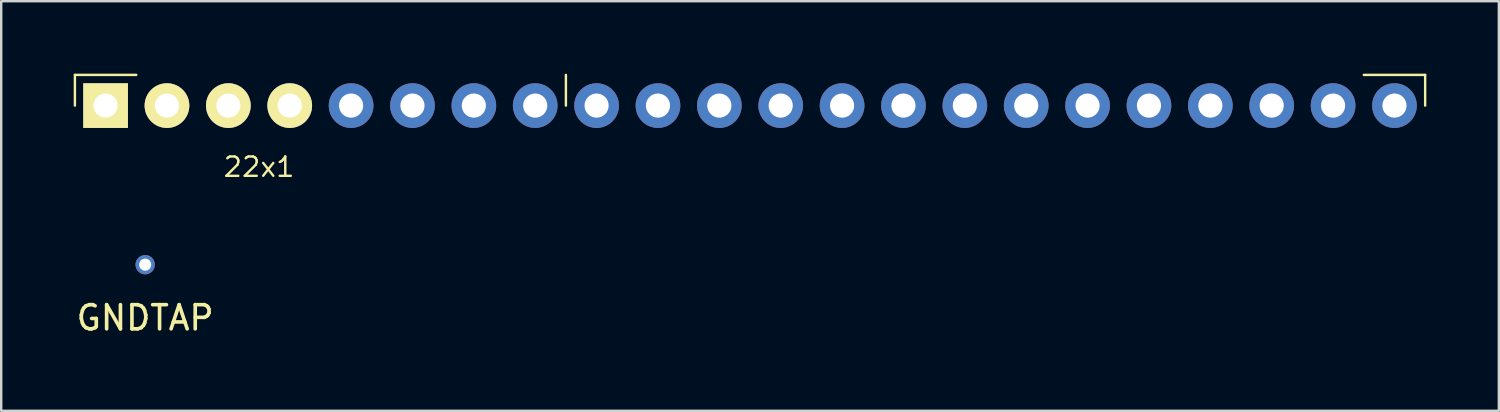
<source format=kicad_pcb>
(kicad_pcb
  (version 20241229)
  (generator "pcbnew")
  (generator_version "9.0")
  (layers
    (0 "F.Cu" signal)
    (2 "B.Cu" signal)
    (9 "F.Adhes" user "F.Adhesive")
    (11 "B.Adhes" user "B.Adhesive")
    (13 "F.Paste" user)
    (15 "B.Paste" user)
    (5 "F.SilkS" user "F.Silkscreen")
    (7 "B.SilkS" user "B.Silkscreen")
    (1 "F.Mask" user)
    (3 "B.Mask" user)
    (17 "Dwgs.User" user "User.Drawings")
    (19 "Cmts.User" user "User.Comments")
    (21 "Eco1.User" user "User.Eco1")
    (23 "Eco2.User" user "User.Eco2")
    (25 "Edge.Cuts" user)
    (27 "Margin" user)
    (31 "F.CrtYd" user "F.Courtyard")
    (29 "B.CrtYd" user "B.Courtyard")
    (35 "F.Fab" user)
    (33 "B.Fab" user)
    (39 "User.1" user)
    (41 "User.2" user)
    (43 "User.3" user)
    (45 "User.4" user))
  (footprint "22x1"
    (layer "F.Cu")
    (at 1.32 1.32)
    (property "Reference" "22x1" (at 6.35 2.54 0) (layer "F.SilkS") (effects (font (size 0.8 0.8) (thickness 0.1))))
    (attr through_hole)
    (fp_line (start -1.27 -1.27) (end 1.27 -1.27) (stroke (width 0.1) (type solid)) (layer "F.SilkS"))
    (fp_line (start -1.27 0) (end -1.27 -1.27) (stroke (width 0.1) (type solid)) (layer "F.SilkS"))
    (fp_line (start 19.05 0) (end 19.05 -1.27) (stroke (width 0.1) (type solid)) (layer "F.SilkS"))
    (fp_line (start 54.61 -1.27) (end 52.07 -1.27) (stroke (width 0.1) (type solid)) (layer "F.SilkS"))
    (fp_line (start 54.61 0) (end 54.61 -1.27) (stroke (width 0.1) (type solid)) (layer "F.SilkS"))
    (pad "1" thru_hole rect (at 0 0) (size 1.85 1.85) (drill 1) (layers "*.Cu" "*.Mask" "F.SilkS"))
    (pad "2" thru_hole circle (at 2.54 0) (size 1.85 1.85) (drill 1) (layers "*.Cu" "*.Mask" "F.SilkS"))
    (pad "3" thru_hole circle (at 5.08 0) (size 1.85 1.85) (drill 1) (layers "*.Cu" "*.Mask" "F.SilkS"))
    (pad "4" thru_hole circle (at 7.62 0) (size 1.85 1.85) (drill 1) (layers "*.Cu" "*.Mask" "F.SilkS"))
    (pad "5" thru_hole circle (at 10.16 0) (size 1.85 1.85) (drill 1) (layers "*.Cu" "*.Mask"))
    (pad "6" thru_hole circle (at 12.7 0) (size 1.85 1.85) (drill 1) (layers "*.Cu" "*.Mask"))
    (pad "7" thru_hole circle (at 15.24 0) (size 1.85 1.85) (drill 1) (layers "*.Cu" "*.Mask"))
    (pad "8" thru_hole circle (at 17.78 0) (size 1.85 1.85) (drill 1) (layers "*.Cu" "*.Mask"))
    (pad "9" thru_hole circle (at 20.32 0) (size 1.85 1.85) (drill 1) (layers "*.Cu" "*.Mask"))
    (pad "10" thru_hole circle (at 22.86 0) (size 1.85 1.85) (drill 1) (layers "*.Cu" "*.Mask"))
    (pad "11" thru_hole circle (at 25.4 0) (size 1.85 1.85) (drill 1) (layers "*.Cu" "*.Mask"))
    (pad "12" thru_hole circle (at 27.94 0) (size 1.85 1.85) (drill 1) (layers "*.Cu" "*.Mask"))
    (pad "13" thru_hole circle (at 30.48 0) (size 1.85 1.85) (drill 1) (layers "*.Cu" "*.Mask"))
    (pad "14" thru_hole circle (at 33.02 0) (size 1.85 1.85) (drill 1) (layers "*.Cu" "*.Mask"))
    (pad "15" thru_hole circle (at 35.56 0) (size 1.85 1.85) (drill 1) (layers "*.Cu" "*.Mask"))
    (pad "16" thru_hole circle (at 38.1 0) (size 1.85 1.85) (drill 1) (layers "*.Cu" "*.Mask"))
    (pad "17" thru_hole circle (at 40.64 0) (size 1.85 1.85) (drill 1) (layers "*.Cu" "*.Mask"))
    (pad "18" thru_hole circle (at 43.18 0) (size 1.85 1.85) (drill 1) (layers "*.Cu" "*.Mask"))
    (pad "19" thru_hole circle (at 45.72 0) (size 1.85 1.85) (drill 1) (layers "*.Cu" "*.Mask"))
    (pad "20" thru_hole circle (at 48.26 0) (size 1.85 1.85) (drill 1) (layers "*.Cu" "*.Mask"))
    (pad "21" thru_hole circle (at 50.8 0) (size 1.85 1.85) (drill 1) (layers "*.Cu" "*.Mask"))
    (pad "22" thru_hole circle (at 53.34 0) (size 1.85 1.85) (drill 1) (layers "*.Cu" "*.Mask")))
  (footprint "GNDTAP"
    (layer "F.Cu")
    (at 2.958 7.904)
    (property "Reference" "GNDTAP" (at 0 2.2 0) (layer "F.SilkS") (effects (font (size 1 1) (thickness 0.15))))
    (attr through_hole)
    (pad "1" thru_hole circle (at 0 0) (size 0.8 0.8) (drill 0.5) (layers "*.Cu" "*.Mask")))
  (gr_rect
    (start -3 -3)
    (end 58.98 13.952)
    (stroke (width 0.1) (type default))
    (fill no)
    (layer "Edge.Cuts")))
</source>
